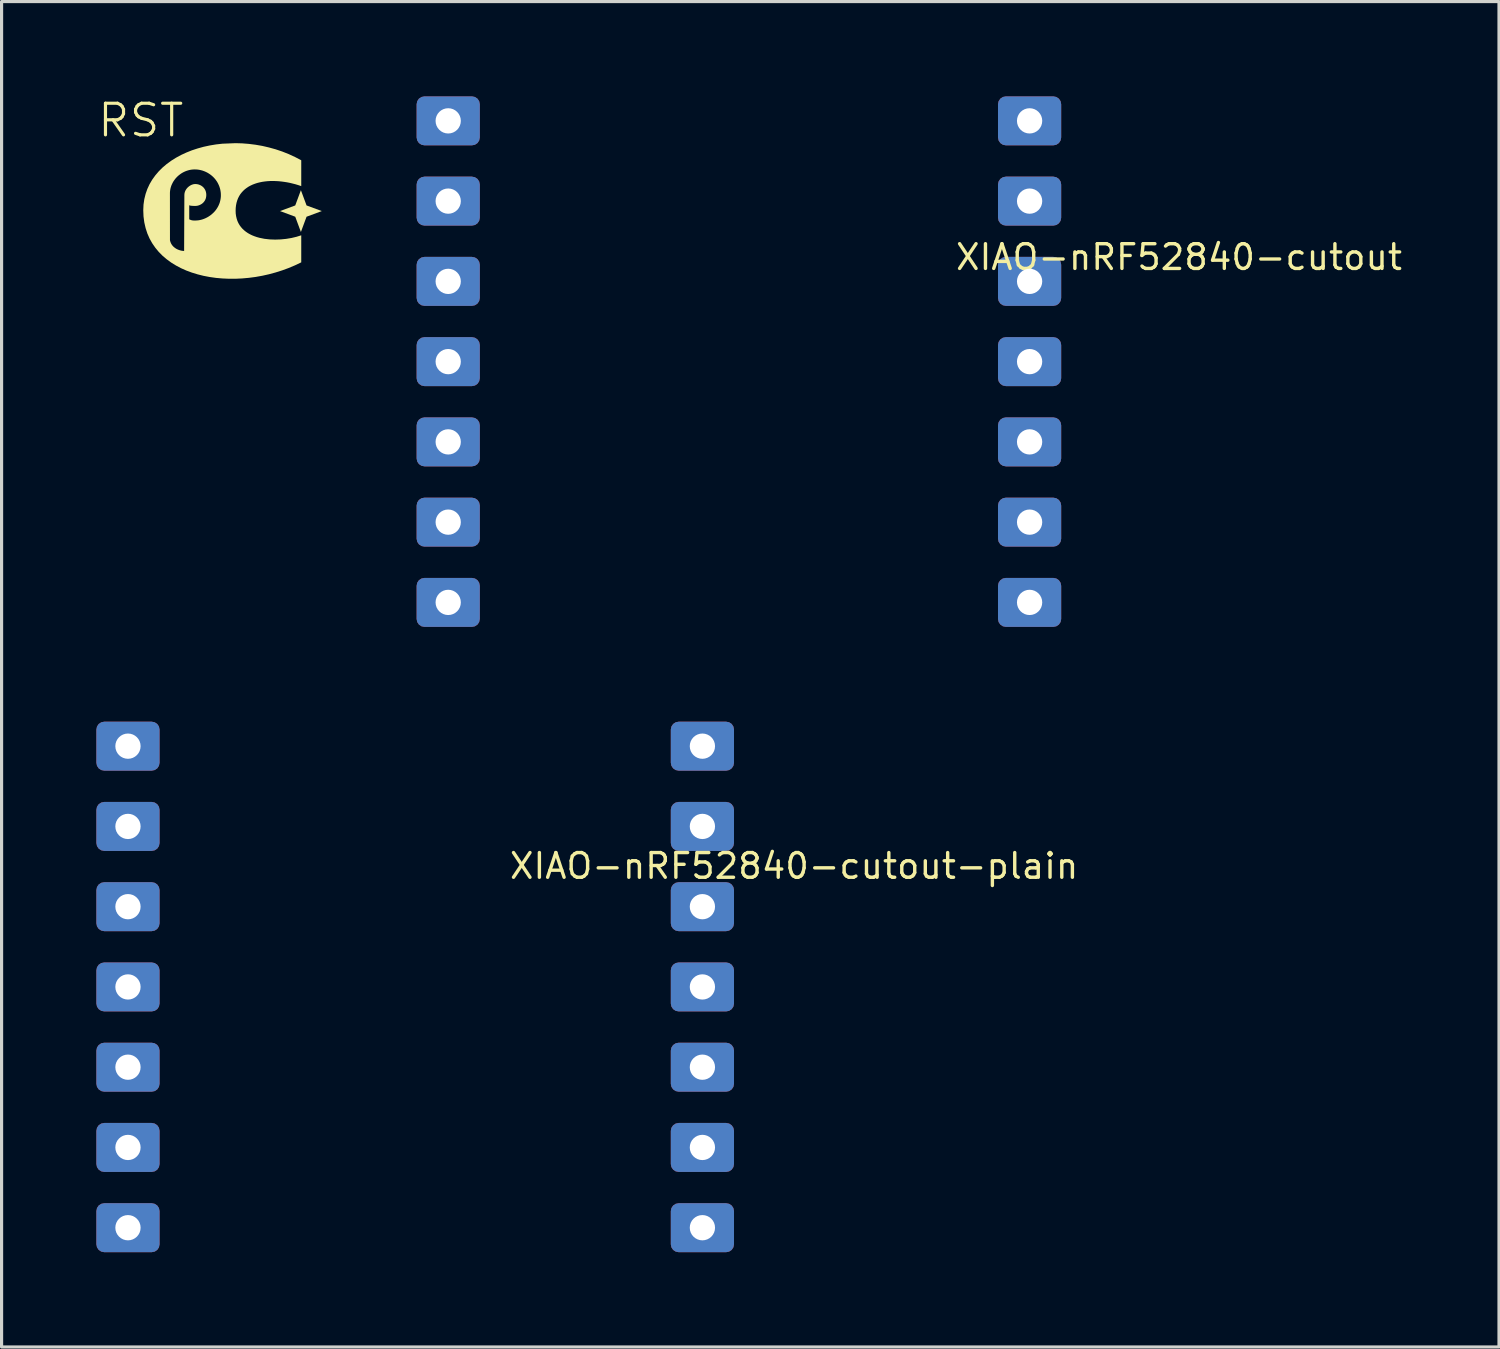
<source format=kicad_pcb>
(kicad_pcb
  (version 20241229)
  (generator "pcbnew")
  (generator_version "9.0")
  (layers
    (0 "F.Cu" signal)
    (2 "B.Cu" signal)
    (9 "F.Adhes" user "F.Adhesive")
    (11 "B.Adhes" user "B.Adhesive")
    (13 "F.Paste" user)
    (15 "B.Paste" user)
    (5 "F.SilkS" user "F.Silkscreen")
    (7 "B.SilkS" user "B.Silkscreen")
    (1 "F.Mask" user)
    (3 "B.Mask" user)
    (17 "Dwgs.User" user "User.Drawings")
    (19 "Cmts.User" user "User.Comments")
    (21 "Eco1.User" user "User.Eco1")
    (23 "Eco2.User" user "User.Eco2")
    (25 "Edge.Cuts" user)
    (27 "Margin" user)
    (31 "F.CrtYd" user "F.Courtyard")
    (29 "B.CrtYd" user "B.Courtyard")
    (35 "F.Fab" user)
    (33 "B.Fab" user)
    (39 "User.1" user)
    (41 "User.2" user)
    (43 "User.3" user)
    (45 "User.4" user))
  (footprint "RST"
    (layer "F.Cu")
    (at 1.407 1.26)
    (property "Reference" "RST" (at 0 -0.5 0) (unlocked yes) (layer "F.SilkS") (effects (font (size 1 1) (thickness 0.1))))
    (attr board_only exclude_from_pos_files exclude_from_bom)
    (fp_poly (pts (xy 5.245 2.192) (xy 5.728 2.37) (xy 5.245 2.549) (xy 5.066 3.032) (xy 4.887 2.549) (xy 4.405 2.37) (xy 4.887 2.192) (xy 5.066 1.709)) (stroke (width -0.000001) (type solid)) (fill yes) (layer "F.SilkS"))
    (fp_poly (pts (xy 3.207 0.227) (xy 3.419 0.244) (xy 3.632 0.271) (xy 3.844 0.308) (xy 4.055 0.357) (xy 4.265 0.415) (xy 4.473 0.485) (xy 4.678 0.566) (xy 4.88 0.659) (xy 5.077 0.762) (xy 5.077 1.58) (xy 4.988 1.55) (xy 4.899 1.523) (xy 4.809 1.5) (xy 4.719 1.478) (xy 4.628 1.46) (xy 4.538 1.446) (xy 4.447 1.434) (xy 4.357 1.425) (xy 4.268 1.42) (xy 4.18 1.418) (xy 4.094 1.419) (xy 4.008 1.424) (xy 3.925 1.433) (xy 3.843 1.445) (xy 3.764 1.461) (xy 3.687 1.48) (xy 3.613 1.504) (xy 3.542 1.531) (xy 3.475 1.562) (xy 3.41 1.597) (xy 3.35 1.637) (xy 3.293 1.68) (xy 3.241 1.728) (xy 3.193 1.78) (xy 3.149 1.836) (xy 3.111 1.897) (xy 3.078 1.962) (xy 3.051 2.032) (xy 3.029 2.106) (xy 3.013 2.186) (xy 3.003 2.27) (xy 3 2.358) (xy 3.003 2.447) (xy 3.015 2.531) (xy 3.033 2.609) (xy 3.057 2.683) (xy 3.088 2.751) (xy 3.125 2.815) (xy 3.168 2.874) (xy 3.216 2.929) (xy 3.269 2.979) (xy 3.326 3.025) (xy 3.388 3.067) (xy 3.454 3.104) (xy 3.523 3.138) (xy 3.596 3.167) (xy 3.672 3.193) (xy 3.75 3.215) (xy 3.912 3.248) (xy 4.081 3.267) (xy 4.254 3.273) (xy 4.428 3.267) (xy 4.599 3.25) (xy 4.767 3.222) (xy 4.927 3.184) (xy 5.077 3.137) (xy 5.077 3.993) (xy 4.88 4.087) (xy 4.678 4.172) (xy 4.473 4.247) (xy 4.265 4.313) (xy 4.055 4.37) (xy 3.844 4.417) (xy 3.632 4.455) (xy 3.419 4.483) (xy 3.207 4.502) (xy 2.997 4.512) (xy 2.788 4.512) (xy 2.582 4.503) (xy 2.379 4.485) (xy 2.18 4.457) (xy 1.986 4.42) (xy 1.798 4.373) (xy 1.615 4.317) (xy 1.439 4.252) (xy 1.271 4.177) (xy 1.111 4.092) (xy 0.96 3.999) (xy 0.818 3.895) (xy 0.686 3.783) (xy 0.566 3.661) (xy 0.457 3.529) (xy 0.36 3.388) (xy 0.276 3.238) (xy 0.206 3.078) (xy 0.151 2.908) (xy 0.11 2.729) (xy 0.085 2.541) (xy 0.077 2.343) (xy 0.085 2.165) (xy 0.11 1.993) (xy 0.151 1.828) (xy 0.16 1.802) (xy 0.921 1.802) (xy 0.922 3.288) (xy 0.926 3.309) (xy 0.931 3.328) (xy 0.937 3.347) (xy 0.944 3.365) (xy 0.951 3.383) (xy 0.96 3.4) (xy 0.969 3.417) (xy 0.98 3.433) (xy 0.99 3.448) (xy 1.002 3.463) (xy 1.014 3.477) (xy 1.027 3.491) (xy 1.041 3.504) (xy 1.055 3.516) (xy 1.085 3.539) (xy 1.116 3.56) (xy 1.15 3.578) (xy 1.184 3.593) (xy 1.22 3.606) (xy 1.257 3.617) (xy 1.294 3.625) (xy 1.332 3.63) (xy 1.37 3.633) (xy 1.378 1.861) (xy 1.379 1.843) (xy 1.381 1.825) (xy 1.383 1.808) (xy 1.387 1.791) (xy 1.391 1.774) (xy 1.397 1.757) (xy 1.403 1.741) (xy 1.41 1.725) (xy 1.418 1.71) (xy 1.427 1.695) (xy 1.436 1.681) (xy 1.446 1.666) (xy 1.457 1.653) (xy 1.468 1.64) (xy 1.48 1.627) (xy 1.492 1.615) (xy 1.505 1.604) (xy 1.518 1.593) (xy 1.532 1.583) (xy 1.546 1.573) (xy 1.56 1.564) (xy 1.574 1.556) (xy 1.589 1.548) (xy 1.604 1.541) (xy 1.619 1.535) (xy 1.634 1.53) (xy 1.649 1.525) (xy 1.665 1.521) (xy 1.68 1.518) (xy 1.695 1.516) (xy 1.71 1.515) (xy 1.725 1.514) (xy 1.755 1.516) (xy 1.786 1.52) (xy 1.817 1.526) (xy 1.847 1.536) (xy 1.862 1.542) (xy 1.876 1.548) (xy 1.891 1.555) (xy 1.905 1.563) (xy 1.919 1.571) (xy 1.933 1.581) (xy 1.946 1.59) (xy 1.958 1.601) (xy 1.971 1.612) (xy 1.982 1.624) (xy 1.994 1.636) (xy 2.004 1.65) (xy 2.014 1.663) (xy 2.023 1.678) (xy 2.032 1.693) (xy 2.04 1.709) (xy 2.047 1.726) (xy 2.053 1.743) (xy 2.059 1.761) (xy 2.063 1.78) (xy 2.067 1.799) (xy 2.069 1.819) (xy 2.071 1.839) (xy 2.071 1.861) (xy 2.071 1.882) (xy 2.069 1.903) (xy 2.066 1.923) (xy 2.063 1.942) (xy 2.058 1.961) (xy 2.053 1.978) (xy 2.046 1.996) (xy 2.039 2.012) (xy 2.031 2.028) (xy 2.022 2.043) (xy 2.012 2.058) (xy 2.002 2.072) (xy 1.992 2.085) (xy 1.98 2.098) (xy 1.968 2.109) (xy 1.956 2.121) (xy 1.943 2.131) (xy 1.93 2.141) (xy 1.916 2.15) (xy 1.902 2.158) (xy 1.888 2.166) (xy 1.873 2.173) (xy 1.844 2.186) (xy 1.814 2.195) (xy 1.784 2.202) (xy 1.754 2.206) (xy 1.725 2.207) (xy 1.711 2.207) (xy 1.698 2.207) (xy 1.685 2.207) (xy 1.673 2.207) (xy 1.662 2.206) (xy 1.651 2.206) (xy 1.642 2.205) (xy 1.632 2.205) (xy 1.624 2.204) (xy 1.616 2.204) (xy 1.608 2.203) (xy 1.601 2.202) (xy 1.594 2.202) (xy 1.588 2.201) (xy 1.583 2.2) (xy 1.577 2.199) (xy 1.573 2.198) (xy 1.568 2.197) (xy 1.564 2.196) (xy 1.56 2.196) (xy 1.557 2.195) (xy 1.554 2.194) (xy 1.551 2.193) (xy 1.548 2.192) (xy 1.543 2.19) (xy 1.539 2.188) (xy 1.532 2.184) (xy 1.532 2.631) (xy 1.546 2.637) (xy 1.56 2.643) (xy 1.572 2.649) (xy 1.584 2.653) (xy 1.596 2.657) (xy 1.607 2.66) (xy 1.618 2.662) (xy 1.629 2.664) (xy 1.639 2.666) (xy 1.65 2.667) (xy 1.662 2.668) (xy 1.673 2.669) (xy 1.698 2.669) (xy 1.725 2.669) (xy 1.761 2.668) (xy 1.797 2.665) (xy 1.834 2.661) (xy 1.87 2.654) (xy 1.906 2.646) (xy 1.942 2.636) (xy 1.978 2.624) (xy 2.014 2.61) (xy 2.049 2.595) (xy 2.083 2.578) (xy 2.117 2.56) (xy 2.15 2.54) (xy 2.182 2.518) (xy 2.214 2.496) (xy 2.244 2.471) (xy 2.273 2.445) (xy 2.302 2.418) (xy 2.329 2.39) (xy 2.355 2.36) (xy 2.379 2.329) (xy 2.402 2.296) (xy 2.423 2.263) (xy 2.443 2.228) (xy 2.461 2.192) (xy 2.477 2.155) (xy 2.492 2.117) (xy 2.504 2.078) (xy 2.514 2.038) (xy 2.522 1.997) (xy 2.528 1.955) (xy 2.532 1.913) (xy 2.533 1.869) (xy 2.532 1.825) (xy 2.529 1.782) (xy 2.523 1.74) (xy 2.516 1.699) (xy 2.506 1.658) (xy 2.494 1.619) (xy 2.481 1.581) (xy 2.465 1.543) (xy 2.448 1.507) (xy 2.429 1.471) (xy 2.409 1.437) (xy 2.386 1.404) (xy 2.363 1.372) (xy 2.338 1.342) (xy 2.311 1.312) (xy 2.283 1.284) (xy 2.254 1.258) (xy 2.224 1.233) (xy 2.192 1.209) (xy 2.159 1.187) (xy 2.126 1.166) (xy 2.091 1.147) (xy 2.056 1.13) (xy 2.02 1.114) (xy 1.983 1.1) (xy 1.945 1.087) (xy 1.907 1.077) (xy 1.868 1.068) (xy 1.828 1.061) (xy 1.788 1.056) (xy 1.748 1.053) (xy 1.708 1.052) (xy 1.668 1.053) (xy 1.628 1.056) (xy 1.589 1.061) (xy 1.55 1.068) (xy 1.513 1.077) (xy 1.476 1.088) (xy 1.439 1.1) (xy 1.404 1.114) (xy 1.369 1.13) (xy 1.335 1.147) (xy 1.302 1.166) (xy 1.27 1.186) (xy 1.24 1.208) (xy 1.21 1.231) (xy 1.181 1.255) (xy 1.154 1.28) (xy 1.128 1.307) (xy 1.103 1.334) (xy 1.08 1.363) (xy 1.058 1.393) (xy 1.037 1.423) (xy 1.018 1.454) (xy 1.001 1.487) (xy 0.985 1.52) (xy 0.97 1.553) (xy 0.958 1.587) (xy 0.947 1.622) (xy 0.938 1.657) (xy 0.931 1.693) (xy 0.926 1.729) (xy 0.922 1.766) (xy 0.921 1.802) (xy 0.16 1.802) (xy 0.206 1.671) (xy 0.276 1.52) (xy 0.36 1.377) (xy 0.457 1.242) (xy 0.566 1.114) (xy 0.686 0.994) (xy 0.818 0.882) (xy 0.96 0.778) (xy 1.111 0.683) (xy 1.271 0.596) (xy 1.44 0.518) (xy 1.615 0.448) (xy 1.798 0.388) (xy 1.986 0.336) (xy 2.18 0.294) (xy 2.379 0.261) (xy 2.582 0.238) (xy 2.997 0.221)) (stroke (width -0.000001) (type solid)) (fill yes) (layer "F.SilkS")))
  (footprint "XIAO-nRF52840-cutout-plain"
    (layer "F.Cu")
    (at 10.09 27.664)
    (property "Reference" "XIAO-nRF52840-cutout-plain" (at 21.056 -3.764 180) (layer "F.SilkS") (effects (font (size 0.782 0.782) (thickness 0.107)) (justify right top)))
    (attr board_only)
    (pad "1" thru_hole roundrect (at -9.09 -7.099) (size 2 1.55) (drill 0.8) (property pad_prop_castellated) (layers "*.Cu" "*.Mask") (roundrect_rratio 0.161))
    (pad "2" thru_hole roundrect (at -9.09 -4.559) (size 2 1.55) (drill 0.8) (property pad_prop_castellated) (layers "*.Cu" "*.Mask") (roundrect_rratio 0.161))
    (pad "3" thru_hole roundrect (at -9.09 -2.019) (size 2 1.55) (drill 0.8) (property pad_prop_castellated) (layers "*.Cu" "*.Mask") (roundrect_rratio 0.161))
    (pad "4" thru_hole roundrect (at -9.09 0.521) (size 2 1.55) (drill 0.8) (property pad_prop_castellated) (layers "*.Cu" "*.Mask") (roundrect_rratio 0.161))
    (pad "5" thru_hole roundrect (at -9.09 3.061) (size 2 1.55) (drill 0.8) (property pad_prop_castellated) (layers "*.Cu" "*.Mask") (roundrect_rratio 0.161))
    (pad "6" thru_hole roundrect (at -9.09 5.601) (size 2 1.55) (drill 0.8) (property pad_prop_castellated) (layers "*.Cu" "*.Mask") (roundrect_rratio 0.161))
    (pad "7" thru_hole roundrect (at -9.09 8.141) (size 2 1.55) (drill 0.8) (property pad_prop_castellated) (layers "*.Cu" "*.Mask") (roundrect_rratio 0.161))
    (pad "8" thru_hole roundrect (at 9.09 8.141) (size 2 1.55) (drill 0.8) (property pad_prop_castellated) (layers "*.Cu" "*.Mask") (roundrect_rratio 0.161))
    (pad "9" thru_hole roundrect (at 9.09 5.601) (size 2 1.55) (drill 0.8) (property pad_prop_castellated) (layers "*.Cu" "*.Mask") (roundrect_rratio 0.161))
    (pad "10" thru_hole roundrect (at 9.09 3.061) (size 2 1.55) (drill 0.8) (property pad_prop_castellated) (layers "*.Cu" "*.Mask") (roundrect_rratio 0.161))
    (pad "11" thru_hole roundrect (at 9.09 0.521) (size 2 1.55) (drill 0.8) (property pad_prop_castellated) (layers "*.Cu" "*.Mask") (roundrect_rratio 0.161))
    (pad "12" thru_hole roundrect (at 9.09 -2.019) (size 2 1.55) (drill 0.8) (property pad_prop_castellated) (layers "*.Cu" "*.Mask") (roundrect_rratio 0.161))
    (pad "13" thru_hole roundrect (at 9.09 -4.559) (size 2 1.55) (drill 0.8) (property pad_prop_castellated) (layers "*.Cu" "*.Mask") (roundrect_rratio 0.161))
    (pad "14" thru_hole roundrect (at 9.09 -7.099) (size 2 1.55) (drill 0.8) (property pad_prop_castellated) (layers "*.Cu" "*.Mask") (roundrect_rratio 0.161)))
  (footprint "XIAO-nRF52840-cutout"
    (layer "F.Cu")
    (at 20.335 8.395)
    (property "Reference" "XIAO-nRF52840-cutout" (at 21.056 -3.764 180) (layer "F.SilkS") (effects (font (size 0.782 0.782) (thickness 0.107)) (justify right top)))
    (attr board_only)
    (pad "1" thru_hole roundrect (at -9.2 -7.62) (size 2 1.55) (drill 0.8) (property pad_prop_castellated) (layers "*.Cu" "*.Mask") (roundrect_rratio 0.161))
    (pad "2" thru_hole roundrect (at -9.2 -5.08) (size 2 1.55) (drill 0.8) (property pad_prop_castellated) (layers "*.Cu" "*.Mask") (roundrect_rratio 0.161))
    (pad "3" thru_hole roundrect (at -9.2 -2.54) (size 2 1.55) (drill 0.8) (property pad_prop_castellated) (layers "*.Cu" "*.Mask") (roundrect_rratio 0.161))
    (pad "4" thru_hole roundrect (at -9.2 0) (size 2 1.55) (drill 0.8) (property pad_prop_castellated) (layers "*.Cu" "*.Mask") (roundrect_rratio 0.161))
    (pad "5" thru_hole roundrect (at -9.2 2.54) (size 2 1.55) (drill 0.8) (property pad_prop_castellated) (layers "*.Cu" "*.Mask") (roundrect_rratio 0.161))
    (pad "6" thru_hole roundrect (at -9.2 5.08) (size 2 1.55) (drill 0.8) (property pad_prop_castellated) (layers "*.Cu" "*.Mask") (roundrect_rratio 0.161))
    (pad "7" thru_hole roundrect (at -9.2 7.62) (size 2 1.55) (drill 0.8) (property pad_prop_castellated) (layers "*.Cu" "*.Mask") (roundrect_rratio 0.161))
    (pad "8" thru_hole roundrect (at 9.2 -7.62) (size 2 1.55) (drill 0.8) (property pad_prop_castellated) (layers "*.Cu" "*.Mask") (roundrect_rratio 0.161))
    (pad "9" thru_hole roundrect (at 9.2 -5.08) (size 2 1.55) (drill 0.8) (property pad_prop_castellated) (layers "*.Cu" "*.Mask") (roundrect_rratio 0.161))
    (pad "10" thru_hole roundrect (at 9.2 -2.54) (size 2 1.55) (drill 0.8) (property pad_prop_castellated) (layers "*.Cu" "*.Mask") (roundrect_rratio 0.161))
    (pad "11" thru_hole roundrect (at 9.2 0) (size 2 1.55) (drill 0.8) (property pad_prop_castellated) (layers "*.Cu" "*.Mask") (roundrect_rratio 0.161))
    (pad "12" thru_hole roundrect (at 9.2 2.54) (size 2 1.55) (drill 0.8) (property pad_prop_castellated) (layers "*.Cu" "*.Mask") (roundrect_rratio 0.161))
    (pad "13" thru_hole roundrect (at 9.2 5.08) (size 2 1.55) (drill 0.8) (property pad_prop_castellated) (layers "*.Cu" "*.Mask") (roundrect_rratio 0.161))
    (pad "14" thru_hole roundrect (at 9.2 7.62) (size 2 1.55) (drill 0.8) (property pad_prop_castellated) (layers "*.Cu" "*.Mask") (roundrect_rratio 0.161)))
  (gr_rect
    (start -3 -3)
    (end 44.391 39.58)
    (stroke (width 0.1) (type default))
    (fill no)
    (layer "Edge.Cuts")))
</source>
